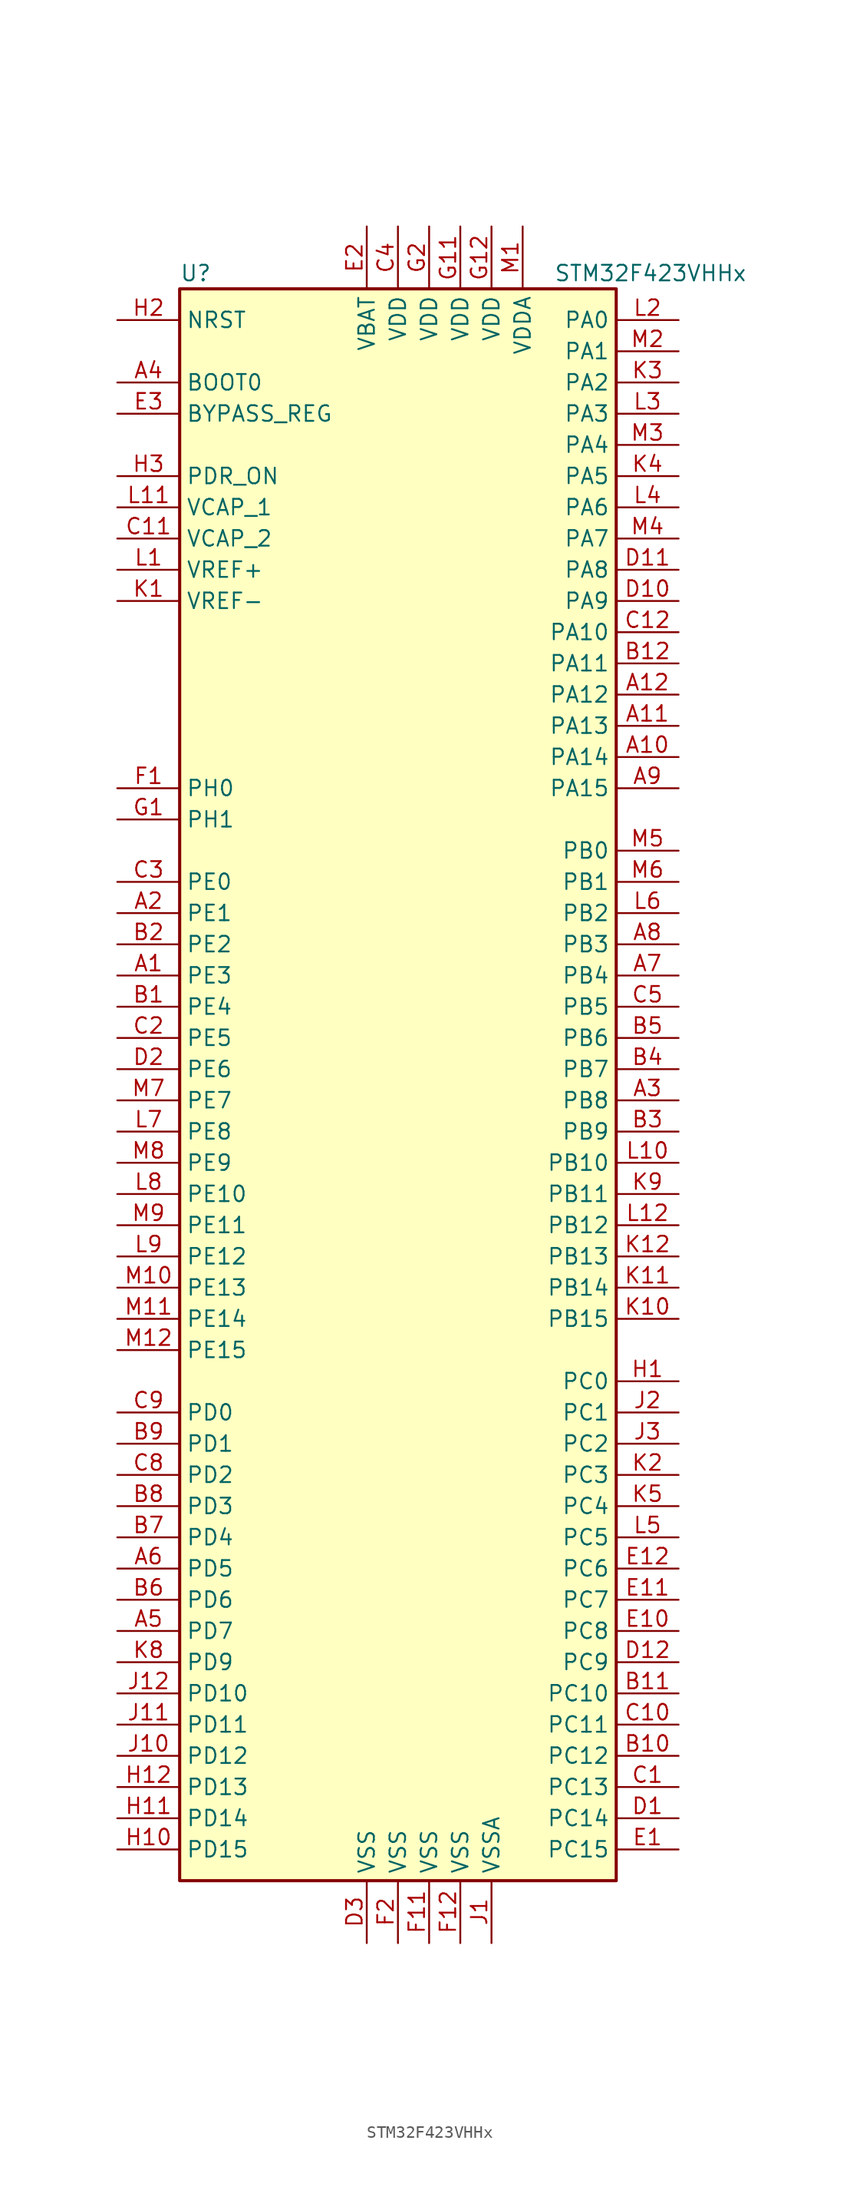
<source format=kicad_sym>
(kicad_symbol_lib
  (version 20201005)
  (generator kicad_symbol_editor)
  (symbol "STM32F423VHHx"
    (property "Reference" "U"
      (at -17.78 64.77 0)
      (effects (font (size 1.27 1.27)) (justify left)))
    (property "Value" "STM32F423VHHx"
      (at 12.7 64.77 0)
      (effects (font (size 1.27 1.27)) (justify left)))
    (symbol "STM32F423VHHx_0_1"
      (rectangle (start -17.78 -66.04) (end 17.78 63.5) (stroke (width 0.254)) (fill (type background))))
    (symbol "STM32F423VHHx_1_1"
      (pin bidirectional line (at -22.86 7.62 0) (length 5.08) (name "PE3" (effects (font (size 1.27 1.27)))) (number "A1" (effects (font (size 1.27 1.27)))))
      (pin bidirectional line (at 22.86 25.4 180) (length 5.08) (name "PA14" (effects (font (size 1.27 1.27)))) (number "A10" (effects (font (size 1.27 1.27)))))
      (pin bidirectional line (at 22.86 27.94 180) (length 5.08) (name "PA13" (effects (font (size 1.27 1.27)))) (number "A11" (effects (font (size 1.27 1.27)))))
      (pin bidirectional line (at 22.86 30.48 180) (length 5.08) (name "PA12" (effects (font (size 1.27 1.27)))) (number "A12" (effects (font (size 1.27 1.27)))))
      (pin bidirectional line (at -22.86 12.7 0) (length 5.08) (name "PE1" (effects (font (size 1.27 1.27)))) (number "A2" (effects (font (size 1.27 1.27)))))
      (pin bidirectional line (at 22.86 -2.54 180) (length 5.08) (name "PB8" (effects (font (size 1.27 1.27)))) (number "A3" (effects (font (size 1.27 1.27)))))
      (pin input line (at -22.86 55.88 0) (length 5.08) (name "BOOT0" (effects (font (size 1.27 1.27)))) (number "A4" (effects (font (size 1.27 1.27)))))
      (pin bidirectional line (at -22.86 -45.72 0) (length 5.08) (name "PD7" (effects (font (size 1.27 1.27)))) (number "A5" (effects (font (size 1.27 1.27)))))
      (pin bidirectional line (at -22.86 -40.64 0) (length 5.08) (name "PD5" (effects (font (size 1.27 1.27)))) (number "A6" (effects (font (size 1.27 1.27)))))
      (pin bidirectional line (at 22.86 7.62 180) (length 5.08) (name "PB4" (effects (font (size 1.27 1.27)))) (number "A7" (effects (font (size 1.27 1.27)))))
      (pin bidirectional line (at 22.86 10.16 180) (length 5.08) (name "PB3" (effects (font (size 1.27 1.27)))) (number "A8" (effects (font (size 1.27 1.27)))))
      (pin bidirectional line (at 22.86 22.86 180) (length 5.08) (name "PA15" (effects (font (size 1.27 1.27)))) (number "A9" (effects (font (size 1.27 1.27)))))
      (pin bidirectional line (at -22.86 5.08 0) (length 5.08) (name "PE4" (effects (font (size 1.27 1.27)))) (number "B1" (effects (font (size 1.27 1.27)))))
      (pin bidirectional line (at 22.86 -55.88 180) (length 5.08) (name "PC12" (effects (font (size 1.27 1.27)))) (number "B10" (effects (font (size 1.27 1.27)))))
      (pin bidirectional line (at 22.86 -50.8 180) (length 5.08) (name "PC10" (effects (font (size 1.27 1.27)))) (number "B11" (effects (font (size 1.27 1.27)))))
      (pin bidirectional line (at 22.86 33.02 180) (length 5.08) (name "PA11" (effects (font (size 1.27 1.27)))) (number "B12" (effects (font (size 1.27 1.27)))))
      (pin bidirectional line (at -22.86 10.16 0) (length 5.08) (name "PE2" (effects (font (size 1.27 1.27)))) (number "B2" (effects (font (size 1.27 1.27)))))
      (pin bidirectional line (at 22.86 -5.08 180) (length 5.08) (name "PB9" (effects (font (size 1.27 1.27)))) (number "B3" (effects (font (size 1.27 1.27)))))
      (pin bidirectional line (at 22.86 0 180) (length 5.08) (name "PB7" (effects (font (size 1.27 1.27)))) (number "B4" (effects (font (size 1.27 1.27)))))
      (pin bidirectional line (at 22.86 2.54 180) (length 5.08) (name "PB6" (effects (font (size 1.27 1.27)))) (number "B5" (effects (font (size 1.27 1.27)))))
      (pin bidirectional line (at -22.86 -43.18 0) (length 5.08) (name "PD6" (effects (font (size 1.27 1.27)))) (number "B6" (effects (font (size 1.27 1.27)))))
      (pin bidirectional line (at -22.86 -38.1 0) (length 5.08) (name "PD4" (effects (font (size 1.27 1.27)))) (number "B7" (effects (font (size 1.27 1.27)))))
      (pin bidirectional line (at -22.86 -35.56 0) (length 5.08) (name "PD3" (effects (font (size 1.27 1.27)))) (number "B8" (effects (font (size 1.27 1.27)))))
      (pin bidirectional line (at -22.86 -30.48 0) (length 5.08) (name "PD1" (effects (font (size 1.27 1.27)))) (number "B9" (effects (font (size 1.27 1.27)))))
      (pin bidirectional line (at 22.86 -58.42 180) (length 5.08) (name "PC13" (effects (font (size 1.27 1.27)))) (number "C1" (effects (font (size 1.27 1.27)))))
      (pin bidirectional line (at 22.86 -53.34 180) (length 5.08) (name "PC11" (effects (font (size 1.27 1.27)))) (number "C10" (effects (font (size 1.27 1.27)))))
      (pin power_in line (at -22.86 43.18 0) (length 5.08) (name "VCAP_2" (effects (font (size 1.27 1.27)))) (number "C11" (effects (font (size 1.27 1.27)))))
      (pin bidirectional line (at 22.86 35.56 180) (length 5.08) (name "PA10" (effects (font (size 1.27 1.27)))) (number "C12" (effects (font (size 1.27 1.27)))))
      (pin bidirectional line (at -22.86 2.54 0) (length 5.08) (name "PE5" (effects (font (size 1.27 1.27)))) (number "C2" (effects (font (size 1.27 1.27)))))
      (pin bidirectional line (at -22.86 15.24 0) (length 5.08) (name "PE0" (effects (font (size 1.27 1.27)))) (number "C3" (effects (font (size 1.27 1.27)))))
      (pin power_in line (at 0 68.58 270) (length 5.08) (name "VDD" (effects (font (size 1.27 1.27)))) (number "C4" (effects (font (size 1.27 1.27)))))
      (pin bidirectional line (at 22.86 5.08 180) (length 5.08) (name "PB5" (effects (font (size 1.27 1.27)))) (number "C5" (effects (font (size 1.27 1.27)))))
      (pin bidirectional line (at -22.86 -33.02 0) (length 5.08) (name "PD2" (effects (font (size 1.27 1.27)))) (number "C8" (effects (font (size 1.27 1.27)))))
      (pin bidirectional line (at -22.86 -27.94 0) (length 5.08) (name "PD0" (effects (font (size 1.27 1.27)))) (number "C9" (effects (font (size 1.27 1.27)))))
      (pin bidirectional line (at 22.86 -60.96 180) (length 5.08) (name "PC14" (effects (font (size 1.27 1.27)))) (number "D1" (effects (font (size 1.27 1.27)))))
      (pin bidirectional line (at 22.86 38.1 180) (length 5.08) (name "PA9" (effects (font (size 1.27 1.27)))) (number "D10" (effects (font (size 1.27 1.27)))))
      (pin bidirectional line (at 22.86 40.64 180) (length 5.08) (name "PA8" (effects (font (size 1.27 1.27)))) (number "D11" (effects (font (size 1.27 1.27)))))
      (pin bidirectional line (at 22.86 -48.26 180) (length 5.08) (name "PC9" (effects (font (size 1.27 1.27)))) (number "D12" (effects (font (size 1.27 1.27)))))
      (pin bidirectional line (at -22.86 0 0) (length 5.08) (name "PE6" (effects (font (size 1.27 1.27)))) (number "D2" (effects (font (size 1.27 1.27)))))
      (pin power_in line (at -2.54 -71.12 90) (length 5.08) (name "VSS" (effects (font (size 1.27 1.27)))) (number "D3" (effects (font (size 1.27 1.27)))))
      (pin bidirectional line (at 22.86 -63.5 180) (length 5.08) (name "PC15" (effects (font (size 1.27 1.27)))) (number "E1" (effects (font (size 1.27 1.27)))))
      (pin bidirectional line (at 22.86 -45.72 180) (length 5.08) (name "PC8" (effects (font (size 1.27 1.27)))) (number "E10" (effects (font (size 1.27 1.27)))))
      (pin bidirectional line (at 22.86 -43.18 180) (length 5.08) (name "PC7" (effects (font (size 1.27 1.27)))) (number "E11" (effects (font (size 1.27 1.27)))))
      (pin bidirectional line (at 22.86 -40.64 180) (length 5.08) (name "PC6" (effects (font (size 1.27 1.27)))) (number "E12" (effects (font (size 1.27 1.27)))))
      (pin power_in line (at -2.54 68.58 270) (length 5.08) (name "VBAT" (effects (font (size 1.27 1.27)))) (number "E2" (effects (font (size 1.27 1.27)))))
      (pin input line (at -22.86 53.34 0) (length 5.08) (name "BYPASS_REG" (effects (font (size 1.27 1.27)))) (number "E3" (effects (font (size 1.27 1.27)))))
      (pin input line (at -22.86 22.86 0) (length 5.08) (name "PH0" (effects (font (size 1.27 1.27)))) (number "F1" (effects (font (size 1.27 1.27)))))
      (pin power_in line (at 2.54 -71.12 90) (length 5.08) (name "VSS" (effects (font (size 1.27 1.27)))) (number "F11" (effects (font (size 1.27 1.27)))))
      (pin power_in line (at 5.08 -71.12 90) (length 5.08) (name "VSS" (effects (font (size 1.27 1.27)))) (number "F12" (effects (font (size 1.27 1.27)))))
      (pin power_in line (at 0 -71.12 90) (length 5.08) (name "VSS" (effects (font (size 1.27 1.27)))) (number "F2" (effects (font (size 1.27 1.27)))))
      (pin input line (at -22.86 20.32 0) (length 5.08) (name "PH1" (effects (font (size 1.27 1.27)))) (number "G1" (effects (font (size 1.27 1.27)))))
      (pin power_in line (at 5.08 68.58 270) (length 5.08) (name "VDD" (effects (font (size 1.27 1.27)))) (number "G11" (effects (font (size 1.27 1.27)))))
      (pin power_in line (at 7.62 68.58 270) (length 5.08) (name "VDD" (effects (font (size 1.27 1.27)))) (number "G12" (effects (font (size 1.27 1.27)))))
      (pin power_in line (at 2.54 68.58 270) (length 5.08) (name "VDD" (effects (font (size 1.27 1.27)))) (number "G2" (effects (font (size 1.27 1.27)))))
      (pin bidirectional line (at 22.86 -25.4 180) (length 5.08) (name "PC0" (effects (font (size 1.27 1.27)))) (number "H1" (effects (font (size 1.27 1.27)))))
      (pin bidirectional line (at -22.86 -63.5 0) (length 5.08) (name "PD15" (effects (font (size 1.27 1.27)))) (number "H10" (effects (font (size 1.27 1.27)))))
      (pin bidirectional line (at -22.86 -60.96 0) (length 5.08) (name "PD14" (effects (font (size 1.27 1.27)))) (number "H11" (effects (font (size 1.27 1.27)))))
      (pin bidirectional line (at -22.86 -58.42 0) (length 5.08) (name "PD13" (effects (font (size 1.27 1.27)))) (number "H12" (effects (font (size 1.27 1.27)))))
      (pin input line (at -22.86 60.96 0) (length 5.08) (name "NRST" (effects (font (size 1.27 1.27)))) (number "H2" (effects (font (size 1.27 1.27)))))
      (pin power_in line (at -22.86 48.26 0) (length 5.08) (name "PDR_ON" (effects (font (size 1.27 1.27)))) (number "H3" (effects (font (size 1.27 1.27)))))
      (pin power_in line (at 7.62 -71.12 90) (length 5.08) (name "VSSA" (effects (font (size 1.27 1.27)))) (number "J1" (effects (font (size 1.27 1.27)))))
      (pin bidirectional line (at -22.86 -55.88 0) (length 5.08) (name "PD12" (effects (font (size 1.27 1.27)))) (number "J10" (effects (font (size 1.27 1.27)))))
      (pin bidirectional line (at -22.86 -53.34 0) (length 5.08) (name "PD11" (effects (font (size 1.27 1.27)))) (number "J11" (effects (font (size 1.27 1.27)))))
      (pin bidirectional line (at -22.86 -50.8 0) (length 5.08) (name "PD10" (effects (font (size 1.27 1.27)))) (number "J12" (effects (font (size 1.27 1.27)))))
      (pin bidirectional line (at 22.86 -27.94 180) (length 5.08) (name "PC1" (effects (font (size 1.27 1.27)))) (number "J2" (effects (font (size 1.27 1.27)))))
      (pin bidirectional line (at 22.86 -30.48 180) (length 5.08) (name "PC2" (effects (font (size 1.27 1.27)))) (number "J3" (effects (font (size 1.27 1.27)))))
      (pin power_in line (at -22.86 38.1 0) (length 5.08) (name "VREF-" (effects (font (size 1.27 1.27)))) (number "K1" (effects (font (size 1.27 1.27)))))
      (pin bidirectional line (at 22.86 -20.32 180) (length 5.08) (name "PB15" (effects (font (size 1.27 1.27)))) (number "K10" (effects (font (size 1.27 1.27)))))
      (pin bidirectional line (at 22.86 -17.78 180) (length 5.08) (name "PB14" (effects (font (size 1.27 1.27)))) (number "K11" (effects (font (size 1.27 1.27)))))
      (pin bidirectional line (at 22.86 -15.24 180) (length 5.08) (name "PB13" (effects (font (size 1.27 1.27)))) (number "K12" (effects (font (size 1.27 1.27)))))
      (pin bidirectional line (at 22.86 -33.02 180) (length 5.08) (name "PC3" (effects (font (size 1.27 1.27)))) (number "K2" (effects (font (size 1.27 1.27)))))
      (pin bidirectional line (at 22.86 55.88 180) (length 5.08) (name "PA2" (effects (font (size 1.27 1.27)))) (number "K3" (effects (font (size 1.27 1.27)))))
      (pin bidirectional line (at 22.86 48.26 180) (length 5.08) (name "PA5" (effects (font (size 1.27 1.27)))) (number "K4" (effects (font (size 1.27 1.27)))))
      (pin bidirectional line (at 22.86 -35.56 180) (length 5.08) (name "PC4" (effects (font (size 1.27 1.27)))) (number "K5" (effects (font (size 1.27 1.27)))))
      (pin bidirectional line (at -22.86 -48.26 0) (length 5.08) (name "PD9" (effects (font (size 1.27 1.27)))) (number "K8" (effects (font (size 1.27 1.27)))))
      (pin bidirectional line (at 22.86 -10.16 180) (length 5.08) (name "PB11" (effects (font (size 1.27 1.27)))) (number "K9" (effects (font (size 1.27 1.27)))))
      (pin power_in line (at -22.86 40.64 0) (length 5.08) (name "VREF+" (effects (font (size 1.27 1.27)))) (number "L1" (effects (font (size 1.27 1.27)))))
      (pin bidirectional line (at 22.86 -7.62 180) (length 5.08) (name "PB10" (effects (font (size 1.27 1.27)))) (number "L10" (effects (font (size 1.27 1.27)))))
      (pin power_in line (at -22.86 45.72 0) (length 5.08) (name "VCAP_1" (effects (font (size 1.27 1.27)))) (number "L11" (effects (font (size 1.27 1.27)))))
      (pin bidirectional line (at 22.86 -12.7 180) (length 5.08) (name "PB12" (effects (font (size 1.27 1.27)))) (number "L12" (effects (font (size 1.27 1.27)))))
      (pin bidirectional line (at 22.86 60.96 180) (length 5.08) (name "PA0" (effects (font (size 1.27 1.27)))) (number "L2" (effects (font (size 1.27 1.27)))))
      (pin bidirectional line (at 22.86 53.34 180) (length 5.08) (name "PA3" (effects (font (size 1.27 1.27)))) (number "L3" (effects (font (size 1.27 1.27)))))
      (pin bidirectional line (at 22.86 45.72 180) (length 5.08) (name "PA6" (effects (font (size 1.27 1.27)))) (number "L4" (effects (font (size 1.27 1.27)))))
      (pin bidirectional line (at 22.86 -38.1 180) (length 5.08) (name "PC5" (effects (font (size 1.27 1.27)))) (number "L5" (effects (font (size 1.27 1.27)))))
      (pin bidirectional line (at 22.86 12.7 180) (length 5.08) (name "PB2" (effects (font (size 1.27 1.27)))) (number "L6" (effects (font (size 1.27 1.27)))))
      (pin bidirectional line (at -22.86 -5.08 0) (length 5.08) (name "PE8" (effects (font (size 1.27 1.27)))) (number "L7" (effects (font (size 1.27 1.27)))))
      (pin bidirectional line (at -22.86 -10.16 0) (length 5.08) (name "PE10" (effects (font (size 1.27 1.27)))) (number "L8" (effects (font (size 1.27 1.27)))))
      (pin bidirectional line (at -22.86 -15.24 0) (length 5.08) (name "PE12" (effects (font (size 1.27 1.27)))) (number "L9" (effects (font (size 1.27 1.27)))))
      (pin power_in line (at 10.16 68.58 270) (length 5.08) (name "VDDA" (effects (font (size 1.27 1.27)))) (number "M1" (effects (font (size 1.27 1.27)))))
      (pin bidirectional line (at -22.86 -17.78 0) (length 5.08) (name "PE13" (effects (font (size 1.27 1.27)))) (number "M10" (effects (font (size 1.27 1.27)))))
      (pin bidirectional line (at -22.86 -20.32 0) (length 5.08) (name "PE14" (effects (font (size 1.27 1.27)))) (number "M11" (effects (font (size 1.27 1.27)))))
      (pin bidirectional line (at -22.86 -22.86 0) (length 5.08) (name "PE15" (effects (font (size 1.27 1.27)))) (number "M12" (effects (font (size 1.27 1.27)))))
      (pin bidirectional line (at 22.86 58.42 180) (length 5.08) (name "PA1" (effects (font (size 1.27 1.27)))) (number "M2" (effects (font (size 1.27 1.27)))))
      (pin bidirectional line (at 22.86 50.8 180) (length 5.08) (name "PA4" (effects (font (size 1.27 1.27)))) (number "M3" (effects (font (size 1.27 1.27)))))
      (pin bidirectional line (at 22.86 43.18 180) (length 5.08) (name "PA7" (effects (font (size 1.27 1.27)))) (number "M4" (effects (font (size 1.27 1.27)))))
      (pin bidirectional line (at 22.86 17.78 180) (length 5.08) (name "PB0" (effects (font (size 1.27 1.27)))) (number "M5" (effects (font (size 1.27 1.27)))))
      (pin bidirectional line (at 22.86 15.24 180) (length 5.08) (name "PB1" (effects (font (size 1.27 1.27)))) (number "M6" (effects (font (size 1.27 1.27)))))
      (pin bidirectional line (at -22.86 -2.54 0) (length 5.08) (name "PE7" (effects (font (size 1.27 1.27)))) (number "M7" (effects (font (size 1.27 1.27)))))
      (pin bidirectional line (at -22.86 -7.62 0) (length 5.08) (name "PE9" (effects (font (size 1.27 1.27)))) (number "M8" (effects (font (size 1.27 1.27)))))
      (pin bidirectional line (at -22.86 -12.7 0) (length 5.08) (name "PE11" (effects (font (size 1.27 1.27)))) (number "M9" (effects (font (size 1.27 1.27))))))))
</source>
